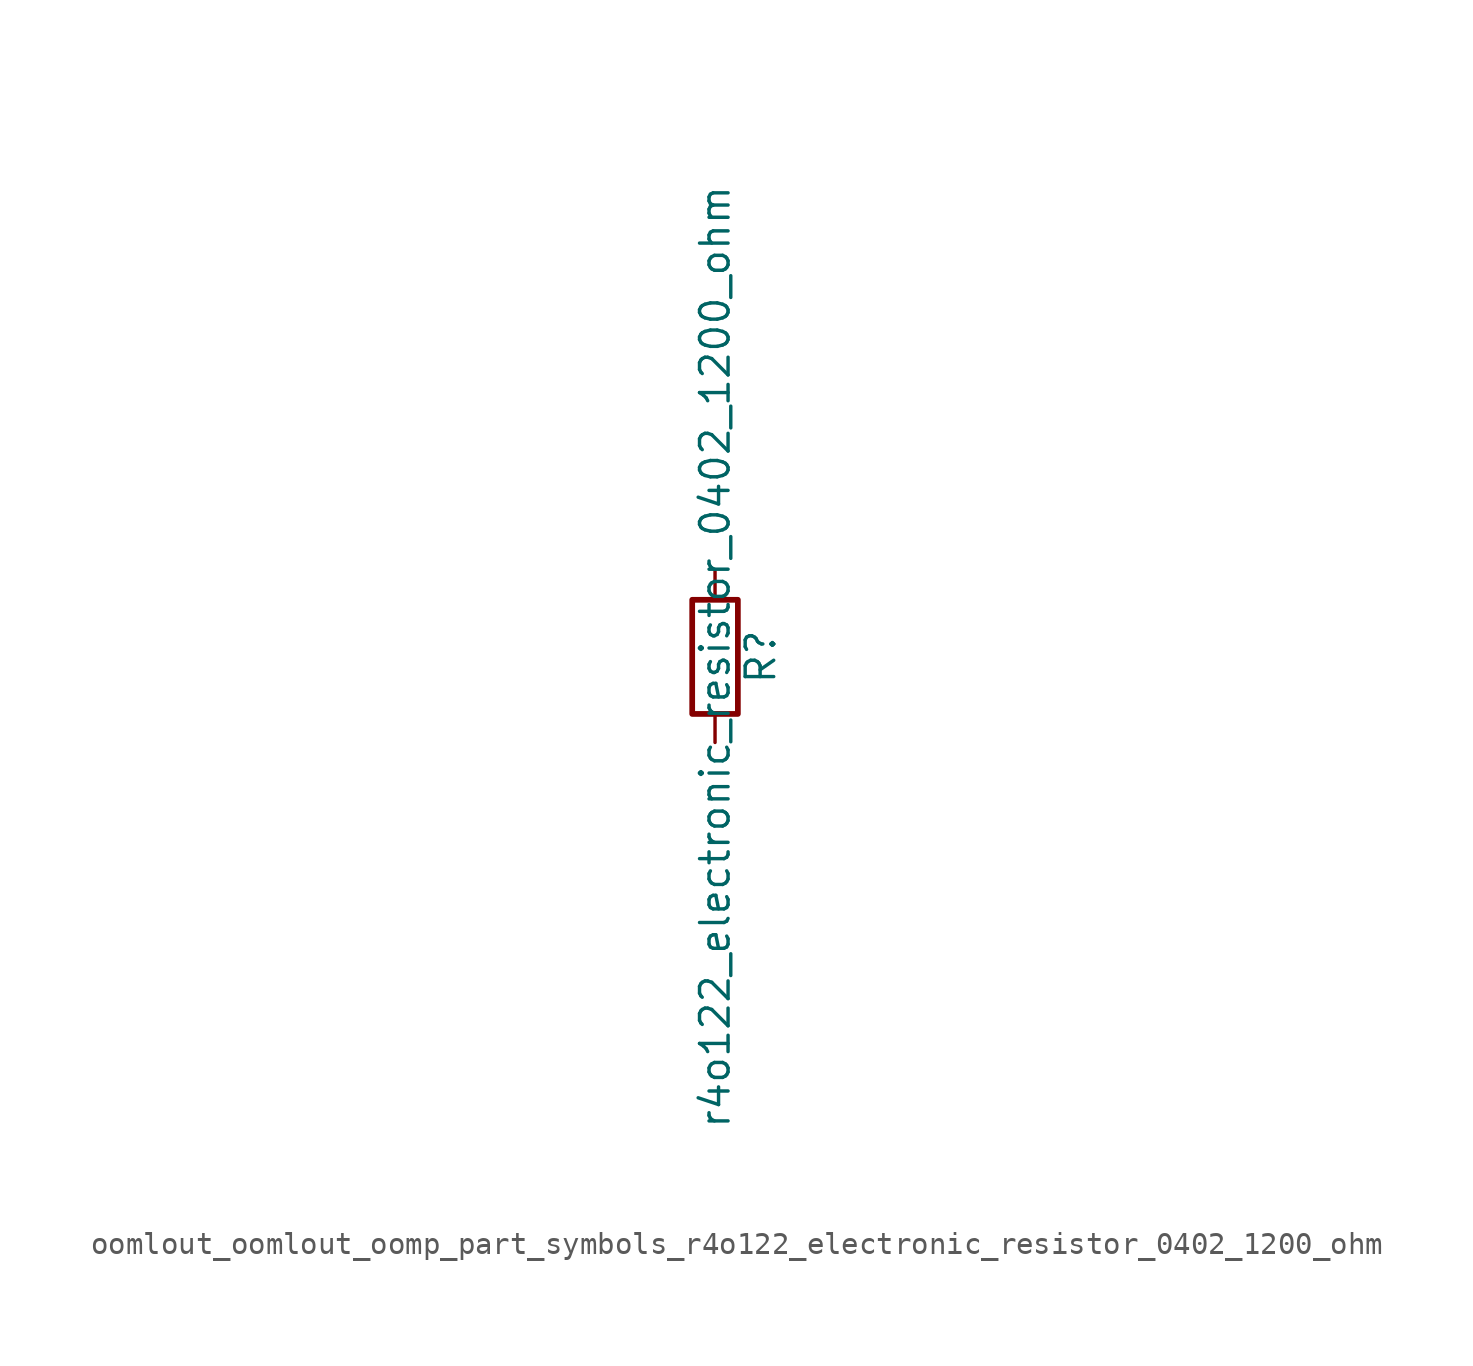
<source format=kicad_sym>
(kicad_symbol_lib
  (version 20220914)
  (generator kicad_symbol_editor)
  (symbol "oomlout_oomlout_oomp_part_symbols_r4o122_electronic_resistor_0402_1200_ohm"
    (pin_numbers hide)
    (pin_names
      (offset 0))
    (property "Reference" "R"
      (at 2.032 0 90)
      (effects (font (size 1.27 1.27))))
    (property "Value" "r4o122_electronic_resistor_0402_1200_ohm"
      (at 0 0 90)
      (effects (font (size 1.27 1.27))))
    (symbol "oomlout_oomlout_oomp_part_symbols_r4o122_electronic_resistor_0402_1200_ohm_0_1"
      (rectangle (start -1.016 -2.54) (end 1.016 2.54) (stroke (width 0.254) (type default)) (fill (type none))))
    (symbol "oomlout_oomlout_oomp_part_symbols_r4o122_electronic_resistor_0402_1200_ohm_1_1"
      (pin passive line (at 0 3.81 270) (length 1.27) (name "~" (effects (font (size 1.27 1.27)))) (number "1" (effects (font (size 1.27 1.27)))))
      (pin passive line (at 0 -3.81 90) (length 1.27) (name "~" (effects (font (size 1.27 1.27)))) (number "2" (effects (font (size 1.27 1.27))))))))
</source>
